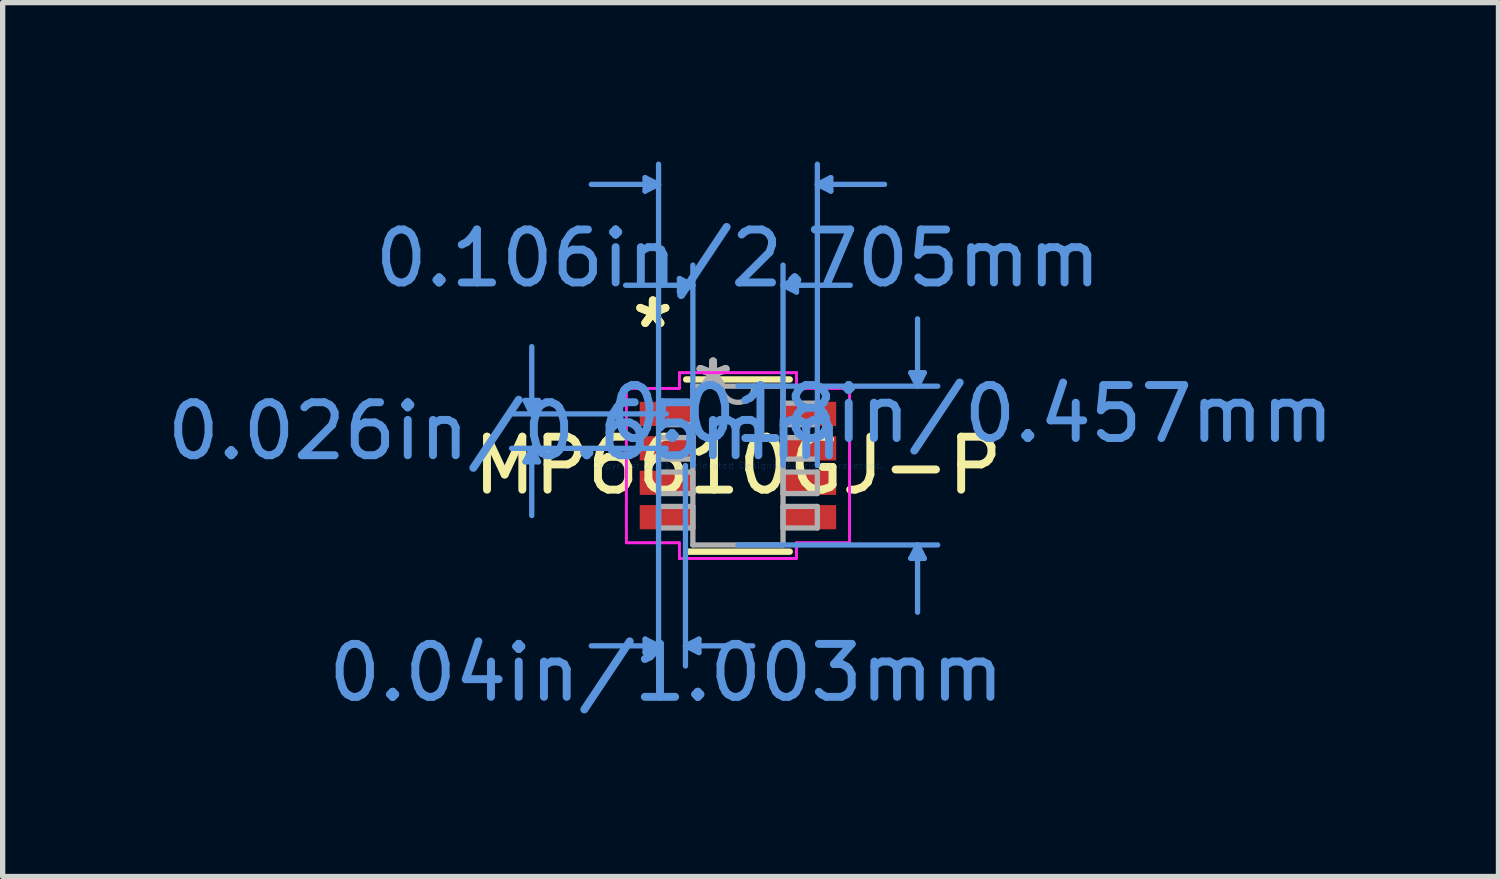
<source format=kicad_pcb>
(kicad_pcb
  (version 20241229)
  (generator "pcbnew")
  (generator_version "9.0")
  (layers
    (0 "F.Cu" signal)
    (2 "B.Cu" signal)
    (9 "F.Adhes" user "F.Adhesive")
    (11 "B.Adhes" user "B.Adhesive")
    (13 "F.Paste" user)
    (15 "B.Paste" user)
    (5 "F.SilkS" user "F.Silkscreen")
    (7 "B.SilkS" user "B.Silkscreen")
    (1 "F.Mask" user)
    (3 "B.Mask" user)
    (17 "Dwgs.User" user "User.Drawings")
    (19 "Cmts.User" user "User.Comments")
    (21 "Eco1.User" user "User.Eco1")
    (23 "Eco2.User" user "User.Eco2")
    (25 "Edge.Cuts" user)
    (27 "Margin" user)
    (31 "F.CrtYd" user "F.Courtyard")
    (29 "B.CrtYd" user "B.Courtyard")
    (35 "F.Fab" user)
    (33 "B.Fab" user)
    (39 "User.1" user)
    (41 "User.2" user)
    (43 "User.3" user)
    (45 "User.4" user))
  (footprint "MP6610GJ-P"
    (layer "F.Cu")
    (at 10.883 5.74)
    (property "Reference" "MP6610GJ-P" (at 0 0 0) (layer "F.SilkS") (effects (font (size 1 1) (thickness 0.15))))
    (attr through_hole)
    (fp_line (start -0.978 1.626) (end 0.978 1.626) (stroke (width 0.12) (type solid)) (layer "F.SilkS"))
    (fp_line (start 0.978 -1.626) (end -0.978 -1.626) (stroke (width 0.12) (type solid)) (layer "F.SilkS"))
    (fp_line (start -4.02 -1.229) (end -3.766 -1.229) (stroke (width 0.1) (type solid)) (layer "Cmts.User"))
    (fp_line (start -4.02 -0.071) (end -3.766 -0.071) (stroke (width 0.1) (type solid)) (layer "Cmts.User"))
    (fp_line (start -3.893 -0.975) (end -4.02 -1.229) (stroke (width 0.1) (type solid)) (layer "Cmts.User"))
    (fp_line (start -3.893 -0.975) (end -3.893 -2.245) (stroke (width 0.1) (type solid)) (layer "Cmts.User"))
    (fp_line (start -3.893 -0.975) (end -3.766 -1.229) (stroke (width 0.1) (type solid)) (layer "Cmts.User"))
    (fp_line (start -3.893 -0.325) (end -4.02 -0.071) (stroke (width 0.1) (type solid)) (layer "Cmts.User"))
    (fp_line (start -3.893 -0.325) (end -3.893 0.945) (stroke (width 0.1) (type solid)) (layer "Cmts.User"))
    (fp_line (start -3.893 -0.325) (end -3.766 -0.071) (stroke (width 0.1) (type solid)) (layer "Cmts.User"))
    (fp_line (start -1.753 -5.436) (end -1.753 -5.182) (stroke (width 0.1) (type solid)) (layer "Cmts.User"))
    (fp_line (start -1.753 3.277) (end -1.753 3.531) (stroke (width 0.1) (type solid)) (layer "Cmts.User"))
    (fp_line (start -1.499 -5.309) (end -2.769 -5.309) (stroke (width 0.1) (type solid)) (layer "Cmts.User"))
    (fp_line (start -1.499 -5.309) (end -1.753 -5.436) (stroke (width 0.1) (type solid)) (layer "Cmts.User"))
    (fp_line (start -1.499 -5.309) (end -1.753 -5.182) (stroke (width 0.1) (type solid)) (layer "Cmts.User"))
    (fp_line (start -1.499 0) (end -1.499 -5.69) (stroke (width 0.1) (type solid)) (layer "Cmts.User"))
    (fp_line (start -1.499 0) (end -1.499 3.785) (stroke (width 0.1) (type solid)) (layer "Cmts.User"))
    (fp_line (start -1.499 3.404) (end -2.769 3.404) (stroke (width 0.1) (type solid)) (layer "Cmts.User"))
    (fp_line (start -1.499 3.404) (end -1.753 3.277) (stroke (width 0.1) (type solid)) (layer "Cmts.User"))
    (fp_line (start -1.499 3.404) (end -1.753 3.531) (stroke (width 0.1) (type solid)) (layer "Cmts.User"))
    (fp_line (start -1.353 -0.975) (end -4.274 -0.975) (stroke (width 0.1) (type solid)) (layer "Cmts.User"))
    (fp_line (start -1.353 -0.325) (end -4.274 -0.325) (stroke (width 0.1) (type solid)) (layer "Cmts.User"))
    (fp_line (start -1.105 -3.531) (end -1.105 -3.277) (stroke (width 0.1) (type solid)) (layer "Cmts.User"))
    (fp_line (start -0.991 0) (end -0.991 3.785) (stroke (width 0.1) (type solid)) (layer "Cmts.User"))
    (fp_line (start -0.991 3.404) (end -0.737 3.277) (stroke (width 0.1) (type solid)) (layer "Cmts.User"))
    (fp_line (start -0.991 3.404) (end -0.737 3.531) (stroke (width 0.1) (type solid)) (layer "Cmts.User"))
    (fp_line (start -0.991 3.404) (end 0.279 3.404) (stroke (width 0.1) (type solid)) (layer "Cmts.User"))
    (fp_line (start -0.851 -3.404) (end -2.121 -3.404) (stroke (width 0.1) (type solid)) (layer "Cmts.User"))
    (fp_line (start -0.851 -3.404) (end -1.105 -3.531) (stroke (width 0.1) (type solid)) (layer "Cmts.User"))
    (fp_line (start -0.851 -3.404) (end -1.105 -3.277) (stroke (width 0.1) (type solid)) (layer "Cmts.User"))
    (fp_line (start -0.851 0) (end -0.851 -3.785) (stroke (width 0.1) (type solid)) (layer "Cmts.User"))
    (fp_line (start -0.737 3.277) (end -0.737 3.531) (stroke (width 0.1) (type solid)) (layer "Cmts.User"))
    (fp_line (start 0 -1.499) (end 3.772 -1.499) (stroke (width 0.1) (type solid)) (layer "Cmts.User"))
    (fp_line (start 0 1.499) (end 3.772 1.499) (stroke (width 0.1) (type solid)) (layer "Cmts.User"))
    (fp_line (start 0.851 -3.404) (end 1.105 -3.531) (stroke (width 0.1) (type solid)) (layer "Cmts.User"))
    (fp_line (start 0.851 -3.404) (end 1.105 -3.277) (stroke (width 0.1) (type solid)) (layer "Cmts.User"))
    (fp_line (start 0.851 -3.404) (end 2.121 -3.404) (stroke (width 0.1) (type solid)) (layer "Cmts.User"))
    (fp_line (start 0.851 0) (end 0.851 -3.785) (stroke (width 0.1) (type solid)) (layer "Cmts.User"))
    (fp_line (start 1.105 -3.531) (end 1.105 -3.277) (stroke (width 0.1) (type solid)) (layer "Cmts.User"))
    (fp_line (start 1.499 -5.309) (end 1.753 -5.436) (stroke (width 0.1) (type solid)) (layer "Cmts.User"))
    (fp_line (start 1.499 -5.309) (end 1.753 -5.182) (stroke (width 0.1) (type solid)) (layer "Cmts.User"))
    (fp_line (start 1.499 -5.309) (end 2.769 -5.309) (stroke (width 0.1) (type solid)) (layer "Cmts.User"))
    (fp_line (start 1.499 0) (end 1.499 -5.69) (stroke (width 0.1) (type solid)) (layer "Cmts.User"))
    (fp_line (start 1.753 -5.436) (end 1.753 -5.182) (stroke (width 0.1) (type solid)) (layer "Cmts.User"))
    (fp_line (start 3.264 -1.753) (end 3.518 -1.753) (stroke (width 0.1) (type solid)) (layer "Cmts.User"))
    (fp_line (start 3.264 1.753) (end 3.518 1.753) (stroke (width 0.1) (type solid)) (layer "Cmts.User"))
    (fp_line (start 3.391 -1.499) (end 3.264 -1.753) (stroke (width 0.1) (type solid)) (layer "Cmts.User"))
    (fp_line (start 3.391 -1.499) (end 3.391 -2.769) (stroke (width 0.1) (type solid)) (layer "Cmts.User"))
    (fp_line (start 3.391 -1.499) (end 3.518 -1.753) (stroke (width 0.1) (type solid)) (layer "Cmts.User"))
    (fp_line (start 3.391 1.499) (end 3.264 1.753) (stroke (width 0.1) (type solid)) (layer "Cmts.User"))
    (fp_line (start 3.391 1.499) (end 3.391 2.769) (stroke (width 0.1) (type solid)) (layer "Cmts.User"))
    (fp_line (start 3.391 1.499) (end 3.518 1.753) (stroke (width 0.1) (type solid)) (layer "Cmts.User"))
    (fp_line (start -2.108 -1.458) (end -1.105 -1.458) (stroke (width 0.05) (type solid)) (layer "F.CrtYd"))
    (fp_line (start -2.108 -1.458) (end -1.105 -1.458) (stroke (width 0.05) (type solid)) (layer "F.CrtYd"))
    (fp_line (start -2.108 1.458) (end -2.108 -1.458) (stroke (width 0.05) (type solid)) (layer "F.CrtYd"))
    (fp_line (start -2.108 1.458) (end -2.108 -1.458) (stroke (width 0.05) (type solid)) (layer "F.CrtYd"))
    (fp_line (start -2.108 1.458) (end -1.105 1.458) (stroke (width 0.05) (type solid)) (layer "F.CrtYd"))
    (fp_line (start -1.105 -1.753) (end 1.105 -1.753) (stroke (width 0.05) (type solid)) (layer "F.CrtYd"))
    (fp_line (start -1.105 -1.753) (end 1.105 -1.753) (stroke (width 0.05) (type solid)) (layer "F.CrtYd"))
    (fp_line (start -1.105 -1.458) (end -1.105 -1.753) (stroke (width 0.05) (type solid)) (layer "F.CrtYd"))
    (fp_line (start -1.105 -1.458) (end -1.105 -1.753) (stroke (width 0.05) (type solid)) (layer "F.CrtYd"))
    (fp_line (start -1.105 1.458) (end -2.108 1.458) (stroke (width 0.05) (type solid)) (layer "F.CrtYd"))
    (fp_line (start -1.105 1.753) (end -1.105 1.458) (stroke (width 0.05) (type solid)) (layer "F.CrtYd"))
    (fp_line (start -1.105 1.753) (end -1.105 1.458) (stroke (width 0.05) (type solid)) (layer "F.CrtYd"))
    (fp_line (start 1.105 -1.753) (end 1.105 -1.458) (stroke (width 0.05) (type solid)) (layer "F.CrtYd"))
    (fp_line (start 1.105 -1.753) (end 1.105 -1.458) (stroke (width 0.05) (type solid)) (layer "F.CrtYd"))
    (fp_line (start 1.105 -1.458) (end 2.108 -1.458) (stroke (width 0.05) (type solid)) (layer "F.CrtYd"))
    (fp_line (start 1.105 1.458) (end 1.105 1.753) (stroke (width 0.05) (type solid)) (layer "F.CrtYd"))
    (fp_line (start 1.105 1.458) (end 1.105 1.753) (stroke (width 0.05) (type solid)) (layer "F.CrtYd"))
    (fp_line (start 1.105 1.753) (end -1.105 1.753) (stroke (width 0.05) (type solid)) (layer "F.CrtYd"))
    (fp_line (start 1.105 1.753) (end -1.105 1.753) (stroke (width 0.05) (type solid)) (layer "F.CrtYd"))
    (fp_line (start 2.108 -1.458) (end 1.105 -1.458) (stroke (width 0.05) (type solid)) (layer "F.CrtYd"))
    (fp_line (start 2.108 -1.458) (end 2.108 1.458) (stroke (width 0.05) (type solid)) (layer "F.CrtYd"))
    (fp_line (start 2.108 -1.458) (end 2.108 1.458) (stroke (width 0.05) (type solid)) (layer "F.CrtYd"))
    (fp_line (start 2.108 1.458) (end 1.105 1.458) (stroke (width 0.05) (type solid)) (layer "F.CrtYd"))
    (fp_line (start 2.108 1.458) (end 1.105 1.458) (stroke (width 0.05) (type solid)) (layer "F.CrtYd"))
    (fp_line (start -1.499 -1.178) (end -1.499 -0.772) (stroke (width 0.1) (type solid)) (layer "F.Fab"))
    (fp_line (start -1.499 -0.772) (end -0.851 -0.772) (stroke (width 0.1) (type solid)) (layer "F.Fab"))
    (fp_line (start -1.499 -0.528) (end -1.499 -0.122) (stroke (width 0.1) (type solid)) (layer "F.Fab"))
    (fp_line (start -1.499 -0.122) (end -0.851 -0.122) (stroke (width 0.1) (type solid)) (layer "F.Fab"))
    (fp_line (start -1.499 0.122) (end -1.499 0.528) (stroke (width 0.1) (type solid)) (layer "F.Fab"))
    (fp_line (start -1.499 0.528) (end -0.851 0.528) (stroke (width 0.1) (type solid)) (layer "F.Fab"))
    (fp_line (start -1.499 0.772) (end -1.499 1.178) (stroke (width 0.1) (type solid)) (layer "F.Fab"))
    (fp_line (start -1.499 1.178) (end -0.851 1.178) (stroke (width 0.1) (type solid)) (layer "F.Fab"))
    (fp_line (start -0.851 -1.499) (end -0.851 1.499) (stroke (width 0.1) (type solid)) (layer "F.Fab"))
    (fp_line (start -0.851 -1.178) (end -1.499 -1.178) (stroke (width 0.1) (type solid)) (layer "F.Fab"))
    (fp_line (start -0.851 -0.772) (end -0.851 -1.178) (stroke (width 0.1) (type solid)) (layer "F.Fab"))
    (fp_line (start -0.851 -0.528) (end -1.499 -0.528) (stroke (width 0.1) (type solid)) (layer "F.Fab"))
    (fp_line (start -0.851 -0.122) (end -0.851 -0.528) (stroke (width 0.1) (type solid)) (layer "F.Fab"))
    (fp_line (start -0.851 0.122) (end -1.499 0.122) (stroke (width 0.1) (type solid)) (layer "F.Fab"))
    (fp_line (start -0.851 0.528) (end -0.851 0.122) (stroke (width 0.1) (type solid)) (layer "F.Fab"))
    (fp_line (start -0.851 0.772) (end -1.499 0.772) (stroke (width 0.1) (type solid)) (layer "F.Fab"))
    (fp_line (start -0.851 1.178) (end -0.851 0.772) (stroke (width 0.1) (type solid)) (layer "F.Fab"))
    (fp_line (start -0.851 1.499) (end 0.851 1.499) (stroke (width 0.1) (type solid)) (layer "F.Fab"))
    (fp_line (start 0.851 -1.499) (end -0.851 -1.499) (stroke (width 0.1) (type solid)) (layer "F.Fab"))
    (fp_line (start 0.851 -1.178) (end 0.851 -0.772) (stroke (width 0.1) (type solid)) (layer "F.Fab"))
    (fp_line (start 0.851 -0.772) (end 1.499 -0.772) (stroke (width 0.1) (type solid)) (layer "F.Fab"))
    (fp_line (start 0.851 -0.528) (end 0.851 -0.122) (stroke (width 0.1) (type solid)) (layer "F.Fab"))
    (fp_line (start 0.851 -0.122) (end 1.499 -0.122) (stroke (width 0.1) (type solid)) (layer "F.Fab"))
    (fp_line (start 0.851 0.122) (end 0.851 0.528) (stroke (width 0.1) (type solid)) (layer "F.Fab"))
    (fp_line (start 0.851 0.528) (end 1.499 0.528) (stroke (width 0.1) (type solid)) (layer "F.Fab"))
    (fp_line (start 0.851 0.772) (end 0.851 1.178) (stroke (width 0.1) (type solid)) (layer "F.Fab"))
    (fp_line (start 0.851 1.178) (end 1.499 1.178) (stroke (width 0.1) (type solid)) (layer "F.Fab"))
    (fp_line (start 0.851 1.499) (end 0.851 -1.499) (stroke (width 0.1) (type solid)) (layer "F.Fab"))
    (fp_line (start 1.499 -1.178) (end 0.851 -1.178) (stroke (width 0.1) (type solid)) (layer "F.Fab"))
    (fp_line (start 1.499 -0.772) (end 1.499 -1.178) (stroke (width 0.1) (type solid)) (layer "F.Fab"))
    (fp_line (start 1.499 -0.528) (end 0.851 -0.528) (stroke (width 0.1) (type solid)) (layer "F.Fab"))
    (fp_line (start 1.499 -0.122) (end 1.499 -0.528) (stroke (width 0.1) (type solid)) (layer "F.Fab"))
    (fp_line (start 1.499 0.122) (end 0.851 0.122) (stroke (width 0.1) (type solid)) (layer "F.Fab"))
    (fp_line (start 1.499 0.528) (end 1.499 0.122) (stroke (width 0.1) (type solid)) (layer "F.Fab"))
    (fp_line (start 1.499 0.772) (end 0.851 0.772) (stroke (width 0.1) (type solid)) (layer "F.Fab"))
    (fp_line (start 1.499 1.178) (end 1.499 0.772) (stroke (width 0.1) (type solid)) (layer "F.Fab"))
    (fp_arc (start 0.3048 -1.4986) (mid 0 -1.1938) (end -0.3048 -1.4986) (stroke (width 0.1) (type solid)) (layer "F.Fab"))
    (fp_text user "*" (at -1.607 -2.575 0) (layer "F.SilkS") (effects (font (size 1 1) (thickness 0.15))))
    (fp_text user "*" (at -1.607 -2.575 0) (layer "F.SilkS") (effects (font (size 1 1) (thickness 0.15))))
    (fp_text user "0.026in/0.65mm" (at -4.401 -0.65 0) (layer "Cmts.User") (effects (font (size 1 1) (thickness 0.15))))
    (fp_text user "0.04in/1.003mm" (at -1.353 3.912 0) (layer "Cmts.User") (effects (font (size 1 1) (thickness 0.15))))
    (fp_text user "0.018in/0.457mm" (at 4.401 -0.975 0) (layer "Cmts.User") (effects (font (size 1 1) (thickness 0.15))))
    (fp_text user "0.106in/2.705mm" (at 0 -3.912 0) (layer "Cmts.User") (effects (font (size 1 1) (thickness 0.15))))
    (fp_text user "Copyright 2021 Accelerated Designs. All rights reserved." (at 0 0 0) (layer "Cmts.User") (effects (font (size 0.127 0.127) (thickness 0.002))))
    (fp_text user "*" (at -0.47 -1.422 0) (layer "F.Fab") (effects (font (size 1 1) (thickness 0.15))))
    (fp_text user "*" (at -0.47 -1.422 0) (layer "F.Fab") (effects (font (size 1 1) (thickness 0.15))))
    (pad "1" smd rect (at -1.353 -0.975) (size 1.003 0.457) (layers "F.Cu" "F.Mask" "F.Paste"))
    (pad "2" smd rect (at -1.353 -0.325) (size 1.003 0.457) (layers "F.Cu" "F.Mask" "F.Paste"))
    (pad "3" smd rect (at -1.353 0.325) (size 1.003 0.457) (layers "F.Cu" "F.Mask" "F.Paste"))
    (pad "4" smd rect (at -1.353 0.975) (size 1.003 0.457) (layers "F.Cu" "F.Mask" "F.Paste"))
    (pad "5" smd rect (at 1.353 0.975) (size 1.003 0.457) (layers "F.Cu" "F.Mask" "F.Paste"))
    (pad "6" smd rect (at 1.353 0.325) (size 1.003 0.457) (layers "F.Cu" "F.Mask" "F.Paste"))
    (pad "7" smd rect (at 1.353 -0.325) (size 1.003 0.457) (layers "F.Cu" "F.Mask" "F.Paste"))
    (pad "8" smd rect (at 1.353 -0.975) (size 1.003 0.457) (layers "F.Cu" "F.Mask" "F.Paste")))
  (gr_rect
    (start -3 -3)
    (end 25.242 13.499)
    (stroke (width 0.1) (type default))
    (fill no)
    (layer "Edge.Cuts")))
</source>
